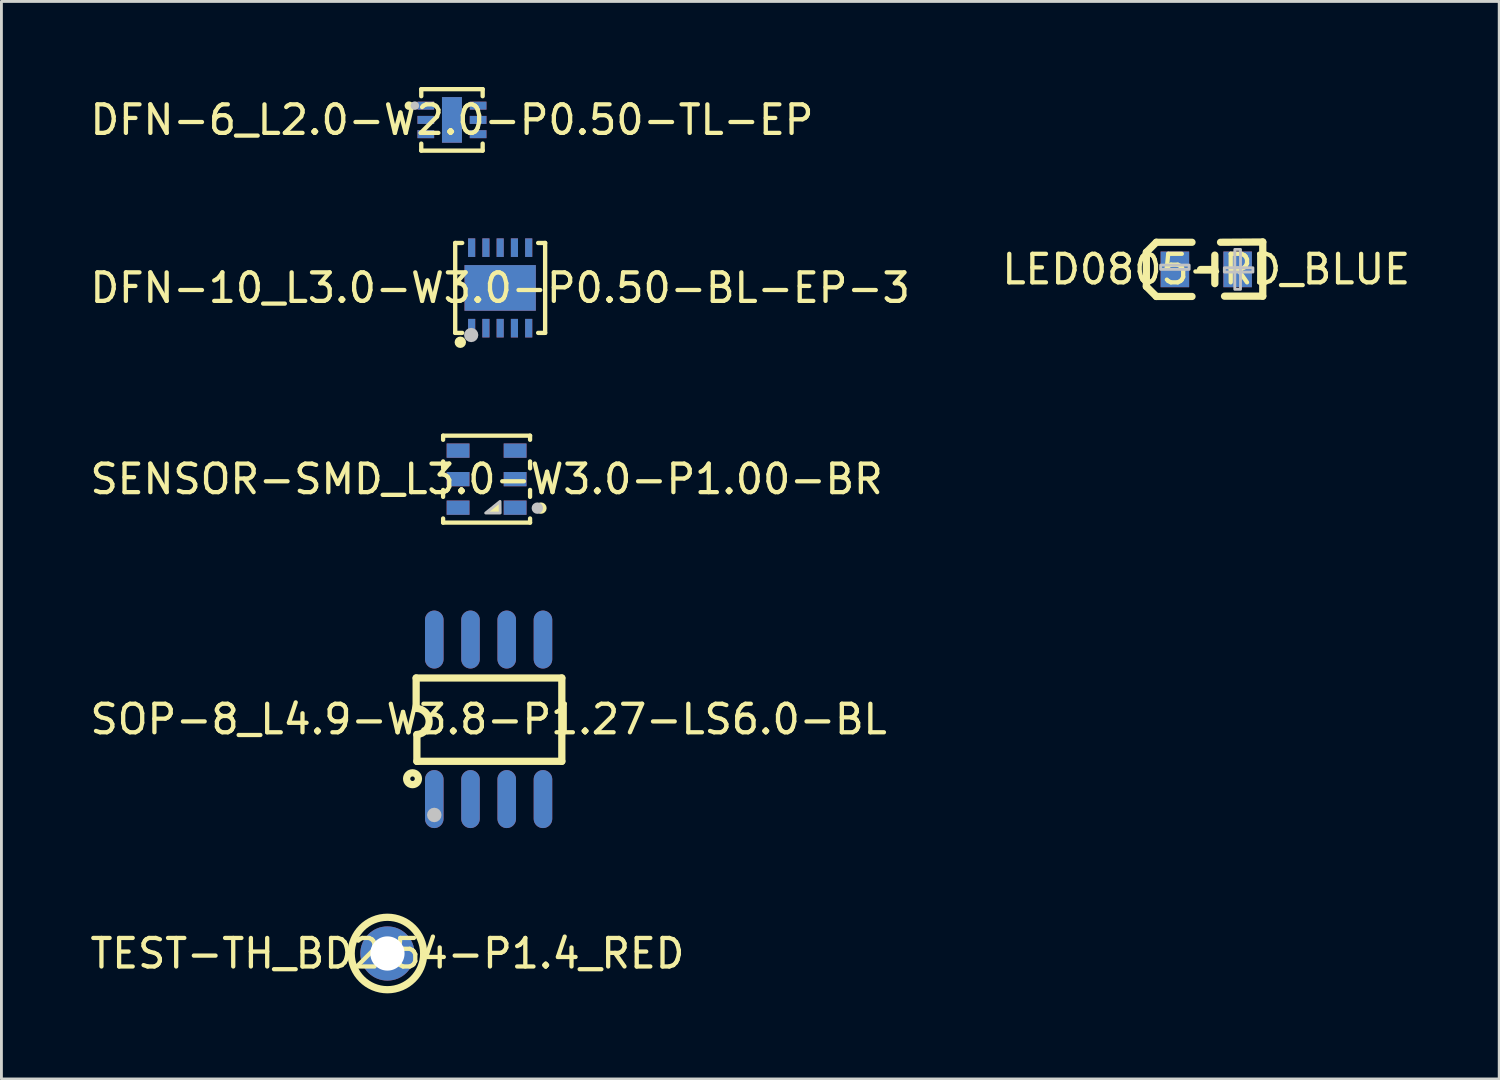
<source format=kicad_pcb>
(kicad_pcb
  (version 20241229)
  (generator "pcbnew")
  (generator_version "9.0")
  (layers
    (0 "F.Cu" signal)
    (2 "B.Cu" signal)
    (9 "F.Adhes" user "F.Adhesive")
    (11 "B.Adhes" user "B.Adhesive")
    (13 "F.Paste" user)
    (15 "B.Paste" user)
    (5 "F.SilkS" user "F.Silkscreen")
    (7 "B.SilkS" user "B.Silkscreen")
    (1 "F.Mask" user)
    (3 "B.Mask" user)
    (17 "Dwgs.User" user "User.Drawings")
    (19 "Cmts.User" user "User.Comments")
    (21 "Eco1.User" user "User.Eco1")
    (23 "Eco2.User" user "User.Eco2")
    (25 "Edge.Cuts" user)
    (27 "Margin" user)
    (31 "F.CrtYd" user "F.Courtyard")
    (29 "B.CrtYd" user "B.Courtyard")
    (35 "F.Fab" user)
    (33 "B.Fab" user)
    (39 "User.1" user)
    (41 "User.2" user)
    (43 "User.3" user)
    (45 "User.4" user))
  (footprint "SENSOR-SMD_L3.0-W3.0-P1.00-BR"
    (layer "F.Cu")
    (at 14.006 13.745)
    (property "Reference" "SENSOR-SMD_L3.0-W3.0-P1.00-BR" (at 0 0 0) (layer "F.SilkS") (effects (font (size 1 1) (thickness 0.15))))
    (fp_line (start -1.524 -1.524) (end -1.524 -1.379) (stroke (width 0.15) (type default)) (layer "F.SilkS"))
    (fp_line (start -1.524 -0.622) (end -1.524 -0.379) (stroke (width 0.15) (type default)) (layer "F.SilkS"))
    (fp_line (start -1.524 0.378) (end -1.524 0.622) (stroke (width 0.15) (type default)) (layer "F.SilkS"))
    (fp_line (start -1.524 1.378) (end -1.524 1.524) (stroke (width 0.15) (type default)) (layer "F.SilkS"))
    (fp_line (start -1.524 1.524) (end 1.524 1.524) (stroke (width 0.15) (type default)) (layer "F.SilkS"))
    (fp_line (start 1.524 -1.524) (end -1.524 -1.524) (stroke (width 0.15) (type default)) (layer "F.SilkS"))
    (fp_line (start 1.524 -1.379) (end 1.524 -1.524) (stroke (width 0.15) (type default)) (layer "F.SilkS"))
    (fp_line (start 1.524 -0.379) (end 1.524 -0.622) (stroke (width 0.15) (type default)) (layer "F.SilkS"))
    (fp_line (start 1.524 0.622) (end 1.524 0.378) (stroke (width 0.15) (type default)) (layer "F.SilkS"))
    (fp_line (start 1.524 1.524) (end 1.524 1.378) (stroke (width 0.15) (type default)) (layer "F.SilkS"))
    (fp_circle (center 1.905 1.016) (end 2.005 1.016) (stroke (width 0.2) (type default)) (fill no) (layer "F.SilkS"))
    (fp_poly (pts (xy -0.028 1.186) (xy 0.48 1.187) (xy 0.475 0.78)) (stroke (width 0) (type default)) (fill yes) (layer "F.SilkS"))
    (fp_circle (center 1.778 1.016) (end 1.878 1.016) (stroke (width 0.2) (type default)) (fill no) (layer "Dwgs.User"))
    (fp_poly (pts (xy -0.032 1.187) (xy 0.477 1.187) (xy 0.472 0.78)) (stroke (width 0.1) (type default)) (fill no) (layer "Dwgs.User"))
    (fp_poly (pts (xy -0.725 -0.8) (xy -1.275 -0.8) (xy -1.275 -1.2) (xy -0.725 -1.2)) (stroke (width 0.1) (type default)) (fill no) (layer "User.1"))
    (fp_poly (pts (xy -0.725 0.2) (xy -1.275 0.2) (xy -1.275 -0.2) (xy -0.725 -0.2)) (stroke (width 0.1) (type default)) (fill no) (layer "User.1"))
    (fp_poly (pts (xy -0.725 1.2) (xy -1.275 1.2) (xy -1.275 0.8) (xy -0.725 0.8)) (stroke (width 0.1) (type default)) (fill no) (layer "User.1"))
    (fp_poly (pts (xy 1.275 -0.8) (xy 0.725 -0.8) (xy 0.725 -1.2) (xy 1.275 -1.2)) (stroke (width 0.1) (type default)) (fill no) (layer "User.1"))
    (fp_poly (pts (xy 1.275 0.2) (xy 0.725 0.2) (xy 0.725 -0.2) (xy 1.275 -0.2)) (stroke (width 0.1) (type default)) (fill no) (layer "User.1"))
    (fp_poly (pts (xy 1.275 1.2) (xy 0.725 1.2) (xy 0.725 0.8) (xy 1.275 0.8)) (stroke (width 0.1) (type default)) (fill no) (layer "User.1"))
    (fp_line (start -1.5 -1.5) (end 1.5 -1.5) (stroke (width 0.051) (type default)) (layer "User.2"))
    (fp_line (start -1.5 1.5) (end -1.5 -1.5) (stroke (width 0.051) (type default)) (layer "User.2"))
    (fp_line (start 1.5 -1.5) (end 1.5 1.5) (stroke (width 0.051) (type default)) (layer "User.2"))
    (fp_line (start 1.5 1.5) (end -1.5 1.5) (stroke (width 0.051) (type default)) (layer "User.2"))
    (fp_poly (pts (xy 1.555 1.477) (xy 1.523 1.445) (xy 1.477 1.445) (xy 1.445 1.477) (xy 1.445 1.523) (xy 1.477 1.555) (xy 1.523 1.555) (xy 1.555 1.523)) (stroke (width 0.1) (type default)) (fill no) (layer "User.3"))
    (pad "1" thru_hole rect (at 1 1 180) (size 0.8 0.5) (drill 0.000001) (layers "*.Cu" "*.Mask"))
    (pad "2" thru_hole rect (at 1 0 180) (size 0.8 0.5) (drill 0.000001) (layers "*.Cu" "*.Mask"))
    (pad "3" thru_hole rect (at 1 -1 180) (size 0.8 0.5) (drill 0.000001) (layers "*.Cu" "*.Mask"))
    (pad "4" thru_hole rect (at -1 -1 180) (size 0.8 0.5) (drill 0.000001) (layers "*.Cu" "*.Mask"))
    (pad "5" thru_hole rect (at -1 0 180) (size 0.8 0.5) (drill 0.000001) (layers "*.Cu" "*.Mask"))
    (pad "6" thru_hole rect (at -1 1 180) (size 0.8 0.5) (drill 0.000001) (layers "*.Cu" "*.Mask")))
  (footprint "DFN-6_L2.0-W2.0-P0.50-TL-EP"
    (layer "F.Cu")
    (at 12.792 1.153)
    (property "Reference" "DFN-6_L2.0-W2.0-P0.50-TL-EP" (at 0 0 0) (layer "F.SilkS") (effects (font (size 1 1) (thickness 0.15))))
    (fp_line (start -1.076 -1.077) (end 1.076 -1.077) (stroke (width 0.152) (type default)) (layer "F.SilkS"))
    (fp_line (start -1.076 -0.831) (end -1.076 -1.077) (stroke (width 0.152) (type default)) (layer "F.SilkS"))
    (fp_line (start -1.076 0.831) (end -1.076 1.076) (stroke (width 0.152) (type default)) (layer "F.SilkS"))
    (fp_line (start -1.076 1.076) (end 1.076 1.076) (stroke (width 0.152) (type default)) (layer "F.SilkS"))
    (fp_line (start 1.076 -1.077) (end 1.076 -0.831) (stroke (width 0.152) (type default)) (layer "F.SilkS"))
    (fp_line (start 1.076 1.076) (end 1.076 0.831) (stroke (width 0.152) (type default)) (layer "F.SilkS"))
    (fp_circle (center -1.51 -0.5) (end -1.435 -0.5) (stroke (width 0.15) (type default)) (fill no) (layer "F.SilkS"))
    (fp_circle (center -1.3 -0.5) (end -1.225 -0.5) (stroke (width 0.15) (type default)) (fill no) (layer "Dwgs.User"))
    (fp_poly (pts (xy -1 -0.375) (xy -1 -0.625) (xy -0.65 -0.625) (xy -0.65 -0.375)) (stroke (width 0.1) (type default)) (fill no) (layer "User.1"))
    (fp_poly (pts (xy -1 0.125) (xy -1 -0.125) (xy -0.65 -0.125) (xy -0.65 0.125)) (stroke (width 0.1) (type default)) (fill no) (layer "User.1"))
    (fp_poly (pts (xy -1 0.625) (xy -1 0.375) (xy -0.65 0.375) (xy -0.65 0.625)) (stroke (width 0.1) (type default)) (fill no) (layer "User.1"))
    (fp_poly (pts (xy 0.35 -0.8) (xy 0.35 0.8) (xy -0.35 0.8) (xy -0.35 -0.8)) (stroke (width 0.1) (type default)) (fill no) (layer "User.1"))
    (fp_poly (pts (xy 0.65 -0.375) (xy 0.65 -0.625) (xy 1 -0.625) (xy 1 -0.375)) (stroke (width 0.1) (type default)) (fill no) (layer "User.1"))
    (fp_poly (pts (xy 0.65 0.125) (xy 0.65 -0.125) (xy 1 -0.125) (xy 1 0.125)) (stroke (width 0.1) (type default)) (fill no) (layer "User.1"))
    (fp_poly (pts (xy 0.65 0.625) (xy 0.65 0.375) (xy 1 0.375) (xy 1 0.625)) (stroke (width 0.1) (type default)) (fill no) (layer "User.1"))
    (fp_line (start -1 -1) (end 1 -1) (stroke (width 0.051) (type default)) (layer "User.2"))
    (fp_line (start -1 1) (end -1 -1) (stroke (width 0.051) (type default)) (layer "User.2"))
    (fp_line (start 1 -1) (end 1 1) (stroke (width 0.051) (type default)) (layer "User.2"))
    (fp_line (start 1 1) (end -1 1) (stroke (width 0.051) (type default)) (layer "User.2"))
    (fp_poly (pts (xy -0.945 -1.023) (xy -0.977 -1.055) (xy -1.023 -1.055) (xy -1.055 -1.023) (xy -1.055 -0.977) (xy -1.023 -0.945) (xy -0.977 -0.945) (xy -0.945 -0.977)) (stroke (width 0.1) (type default)) (fill no) (layer "User.3"))
    (pad "1" thru_hole rect (at -0.917 -0.5 270) (size 0.28 0.585) (drill 0.000001) (layers "*.Cu" "*.Mask"))
    (pad "2" thru_hole rect (at -0.917 0 270) (size 0.28 0.585) (drill 0.000001) (layers "*.Cu" "*.Mask"))
    (pad "3" thru_hole rect (at -0.917 0.5 270) (size 0.28 0.585) (drill 0.000001) (layers "*.Cu" "*.Mask"))
    (pad "4" thru_hole rect (at 0.917 0.5 270) (size 0.28 0.585) (drill 0.000001) (layers "*.Cu" "*.Mask"))
    (pad "5" thru_hole rect (at 0.917 0 270) (size 0.28 0.585) (drill 0.000001) (layers "*.Cu" "*.Mask"))
    (pad "6" thru_hole rect (at 0.917 -0.5 270) (size 0.28 0.585) (drill 0.000001) (layers "*.Cu" "*.Mask"))
    (pad "7" thru_hole rect (at 0 0 270) (size 1.6 0.7) (drill 0.000001) (layers "*.Cu" "*.Mask")))
  (footprint "LED0805-RD_BLUE"
    (layer "F.Cu")
    (at 39.232 6.392)
    (property "Reference" "LED0805-RD_BLUE" (at 0 0 0) (layer "F.SilkS") (effects (font (size 1 1) (thickness 0.15))))
    (fp_line (start -2.1 -0.6) (end -2.1 0.6) (stroke (width 0.254) (type default)) (layer "F.SilkS"))
    (fp_line (start -1.75 -0.95) (end -2.1 -0.6) (stroke (width 0.254) (type default)) (layer "F.SilkS"))
    (fp_line (start -1.75 0.95) (end -2.1 0.6) (stroke (width 0.254) (type default)) (layer "F.SilkS"))
    (fp_line (start -0.5 -0.95) (end -1.75 -0.95) (stroke (width 0.254) (type default)) (layer "F.SilkS"))
    (fp_line (start -0.5 0.95) (end -1.75 0.95) (stroke (width 0.254) (type default)) (layer "F.SilkS"))
    (fp_line (start 0.3 -0.5) (end 0.3 0.5) (stroke (width 0.254) (type default)) (layer "F.SilkS"))
    (fp_line (start 0.3 0.005) (end -0.2 0.005) (stroke (width 0.254) (type default)) (layer "F.SilkS"))
    (fp_line (start 0.5 -0.95) (end 1.98 -0.96) (stroke (width 0.254) (type default)) (layer "F.SilkS"))
    (fp_line (start 0.64 0.94) (end 1.98 0.94) (stroke (width 0.254) (type default)) (layer "F.SilkS"))
    (fp_line (start 1.98 -0.96) (end 1.98 0.94) (stroke (width 0.254) (type default)) (layer "F.SilkS"))
    (fp_poly (pts (xy -1.6 0) (xy -0.6 0) (xy -0.6 -0.15) (xy -1.6 -0.15)) (stroke (width 0.1) (type default)) (fill no) (layer "Dwgs.User"))
    (fp_poly (pts (xy 0.634 0.094) (xy 1.635 0.094) (xy 1.635 -0.056) (xy 0.634 -0.056)) (stroke (width 0.1) (type default)) (fill no) (layer "Dwgs.User"))
    (fp_poly (pts (xy 1 -0.7) (xy 1.2 -0.7) (xy 1.2 0.7) (xy 1 0.7)) (stroke (width 0.1) (type default)) (fill no) (layer "Dwgs.User"))
    (fp_poly (pts (xy -0.65 0.625) (xy -1 0.625) (xy -1 -0.625) (xy -0.65 -0.625)) (stroke (width 0.1) (type default)) (fill no) (layer "User.1"))
    (fp_poly (pts (xy 1 0.625) (xy 0.65 0.625) (xy 0.65 -0.625) (xy 1 -0.625)) (stroke (width 0.1) (type default)) (fill no) (layer "User.1"))
    (fp_line (start -1 -0.625) (end 1 -0.625) (stroke (width 0.051) (type default)) (layer "User.2"))
    (fp_line (start -1 0.625) (end -1 -0.625) (stroke (width 0.051) (type default)) (layer "User.2"))
    (fp_line (start 1 -0.625) (end 1 0.625) (stroke (width 0.051) (type default)) (layer "User.2"))
    (fp_line (start 1 0.625) (end -1 0.625) (stroke (width 0.051) (type default)) (layer "User.2"))
    (fp_poly (pts (xy -0.945 0.602) (xy -0.977 0.57) (xy -1.023 0.57) (xy -1.055 0.602) (xy -1.055 0.648) (xy -1.023 0.68) (xy -0.977 0.68) (xy -0.945 0.648)) (stroke (width 0.1) (type default)) (fill no) (layer "User.3"))
    (pad "1" thru_hole rect (at -1.1 0 180) (size 1 1.25) (drill 0.000001) (layers "*.Cu" "*.Mask"))
    (pad "2" thru_hole rect (at 1.1 0 180) (size 1 1.25) (drill 0.000001) (layers "*.Cu" "*.Mask")))
  (footprint "SOP-8_L4.9-W3.8-P1.27-LS6.0-BL"
    (layer "F.Cu")
    (at 14.077 22.163)
    (property "Reference" "SOP-8_L4.9-W3.8-P1.27-LS6.0-BL" (at 0 0 0) (layer "F.SilkS") (effects (font (size 1 1) (thickness 0.15))))
    (fp_line (start -2.54 -1.448) (end 2.566 -1.448) (stroke (width 0.254) (type default)) (layer "F.SilkS"))
    (fp_line (start -2.54 -0.382) (end -2.54 -1.448) (stroke (width 0.254) (type default)) (layer "F.SilkS"))
    (fp_line (start -2.514 1.473) (end -2.514 0.533) (stroke (width 0.254) (type default)) (layer "F.SilkS"))
    (fp_line (start -2.489 1.473) (end -2.514 1.473) (stroke (width 0.254) (type default)) (layer "F.SilkS"))
    (fp_line (start 2.566 -1.448) (end 2.566 1.473) (stroke (width 0.254) (type default)) (layer "F.SilkS"))
    (fp_line (start 2.566 1.473) (end -2.489 1.473) (stroke (width 0.254) (type default)) (layer "F.SilkS"))
    (fp_arc (start -2.54 -0.382) (mid -2.082178 0.063237) (end -2.5145 0.533) (stroke (width 0.254) (type default)) (layer "F.SilkS"))
    (fp_circle (center -2.667 2.083) (end -2.587 2.083) (stroke (width 0.254) (type default)) (fill no) (layer "F.SilkS"))
    (fp_circle (center -1.905 3.353) (end -1.778 3.353) (stroke (width 0.254) (type default)) (fill no) (layer "Dwgs.User"))
    (fp_poly (pts (xy -2.095 -2.365) (xy -2.095 -3) (xy -1.715 -3) (xy -1.715 -2.365)) (stroke (width 0.1) (type default)) (fill no) (layer "User.1"))
    (fp_poly (pts (xy -2.095 -1.89) (xy -2.095 -2.375) (xy -1.715 -2.375) (xy -1.715 -1.89)) (stroke (width 0.1) (type default)) (fill no) (layer "User.1"))
    (fp_poly (pts (xy -2.095 2.375) (xy -2.095 1.89) (xy -1.715 1.89) (xy -1.715 2.375)) (stroke (width 0.1) (type default)) (fill no) (layer "User.1"))
    (fp_poly (pts (xy -2.095 3) (xy -2.095 2.365) (xy -1.715 2.365) (xy -1.715 3)) (stroke (width 0.1) (type default)) (fill no) (layer "User.1"))
    (fp_poly (pts (xy -0.825 -2.365) (xy -0.825 -3) (xy -0.445 -3) (xy -0.445 -2.365)) (stroke (width 0.1) (type default)) (fill no) (layer "User.1"))
    (fp_poly (pts (xy -0.825 -1.89) (xy -0.825 -2.375) (xy -0.445 -2.375) (xy -0.445 -1.89)) (stroke (width 0.1) (type default)) (fill no) (layer "User.1"))
    (fp_poly (pts (xy -0.825 2.375) (xy -0.825 1.89) (xy -0.445 1.89) (xy -0.445 2.375)) (stroke (width 0.1) (type default)) (fill no) (layer "User.1"))
    (fp_poly (pts (xy -0.825 3) (xy -0.825 2.365) (xy -0.445 2.365) (xy -0.445 3)) (stroke (width 0.1) (type default)) (fill no) (layer "User.1"))
    (fp_poly (pts (xy 0.445 -2.365) (xy 0.445 -3) (xy 0.825 -3) (xy 0.825 -2.365)) (stroke (width 0.1) (type default)) (fill no) (layer "User.1"))
    (fp_poly (pts (xy 0.445 -1.89) (xy 0.445 -2.375) (xy 0.825 -2.375) (xy 0.825 -1.89)) (stroke (width 0.1) (type default)) (fill no) (layer "User.1"))
    (fp_poly (pts (xy 0.445 2.375) (xy 0.445 1.89) (xy 0.825 1.89) (xy 0.825 2.375)) (stroke (width 0.1) (type default)) (fill no) (layer "User.1"))
    (fp_poly (pts (xy 0.445 3) (xy 0.445 2.365) (xy 0.825 2.365) (xy 0.825 3)) (stroke (width 0.1) (type default)) (fill no) (layer "User.1"))
    (fp_poly (pts (xy 1.715 -2.365) (xy 1.715 -3) (xy 2.095 -3) (xy 2.095 -2.365)) (stroke (width 0.1) (type default)) (fill no) (layer "User.1"))
    (fp_poly (pts (xy 1.715 -1.89) (xy 1.715 -2.375) (xy 2.095 -2.375) (xy 2.095 -1.89)) (stroke (width 0.1) (type default)) (fill no) (layer "User.1"))
    (fp_poly (pts (xy 1.715 2.375) (xy 1.715 1.89) (xy 2.095 1.89) (xy 2.095 2.375)) (stroke (width 0.1) (type default)) (fill no) (layer "User.1"))
    (fp_poly (pts (xy 1.715 3) (xy 1.715 2.365) (xy 2.095 2.365) (xy 2.095 3)) (stroke (width 0.1) (type default)) (fill no) (layer "User.1"))
    (fp_line (start -2.45 -1.9) (end 2.45 -1.9) (stroke (width 0.051) (type default)) (layer "User.2"))
    (fp_line (start -2.45 1.9) (end -2.45 -1.9) (stroke (width 0.051) (type default)) (layer "User.2"))
    (fp_line (start 2.45 -1.9) (end 2.45 1.9) (stroke (width 0.051) (type default)) (layer "User.2"))
    (fp_line (start 2.45 1.9) (end -2.45 1.9) (stroke (width 0.051) (type default)) (layer "User.2"))
    (fp_poly (pts (xy -2.352 3.056) (xy -2.367 3.02) (xy -2.394 2.993) (xy -2.43 2.978) (xy -2.47 2.978) (xy -2.506 2.993) (xy -2.533 3.02) (xy -2.548 3.056) (xy -2.548 3.096) (xy -2.533 3.132) (xy -2.506 3.159) (xy -2.47 3.174) (xy -2.43 3.174) (xy -2.394 3.159) (xy -2.367 3.132) (xy -2.352 3.096)) (stroke (width 0.1) (type default)) (fill no) (layer "User.3"))
    (pad "1" thru_hole oval (at -1.905 2.796) (size 0.65 2.032) (drill 0.000001) (layers "*.Cu" "*.Mask"))
    (pad "2" thru_hole oval (at -0.635 2.796) (size 0.65 2.032) (drill 0.000001) (layers "*.Cu" "*.Mask"))
    (pad "3" thru_hole oval (at 0.635 2.796) (size 0.65 2.032) (drill 0.000001) (layers "*.Cu" "*.Mask"))
    (pad "4" thru_hole oval (at 1.905 2.796) (size 0.65 2.032) (drill 0.000001) (layers "*.Cu" "*.Mask"))
    (pad "5" thru_hole oval (at 1.905 -2.796) (size 0.65 2.032) (drill 0.000001) (layers "*.Cu" "*.Mask"))
    (pad "6" thru_hole oval (at 0.635 -2.796) (size 0.65 2.032) (drill 0.000001) (layers "*.Cu" "*.Mask"))
    (pad "7" thru_hole oval (at -0.635 -2.796) (size 0.65 2.032) (drill 0.000001) (layers "*.Cu" "*.Mask"))
    (pad "8" thru_hole oval (at -1.905 -2.796) (size 0.65 2.032) (drill 0.000001) (layers "*.Cu" "*.Mask")))
  (footprint "DFN-10_L3.0-W3.0-P0.50-BL-EP-3"
    (layer "F.Cu")
    (at 14.482 7.042)
    (property "Reference" "DFN-10_L3.0-W3.0-P0.50-BL-EP-3" (at 0 0 0) (layer "F.SilkS") (effects (font (size 1 1) (thickness 0.15))))
    (fp_line (start -1.576 -1.576) (end -1.331 -1.576) (stroke (width 0.152) (type default)) (layer "F.SilkS"))
    (fp_line (start -1.576 1.576) (end -1.576 -1.576) (stroke (width 0.152) (type default)) (layer "F.SilkS"))
    (fp_line (start -1.331 1.576) (end -1.576 1.576) (stroke (width 0.152) (type default)) (layer "F.SilkS"))
    (fp_line (start 1.331 1.576) (end 1.576 1.576) (stroke (width 0.152) (type default)) (layer "F.SilkS"))
    (fp_line (start 1.576 -1.576) (end 1.331 -1.576) (stroke (width 0.152) (type default)) (layer "F.SilkS"))
    (fp_line (start 1.576 1.576) (end 1.576 -1.576) (stroke (width 0.152) (type default)) (layer "F.SilkS"))
    (fp_circle (center -1.397 1.905) (end -1.297 1.905) (stroke (width 0.2) (type default)) (fill no) (layer "F.SilkS"))
    (fp_circle (center -1.016 1.651) (end -0.891 1.651) (stroke (width 0.25) (type default)) (fill no) (layer "Dwgs.User"))
    (fp_poly (pts (xy -1.175 -0.79) (xy 1.175 -0.79) (xy 1.175 0.79) (xy -1.175 0.79)) (stroke (width 0.1) (type default)) (fill no) (layer "User.1"))
    (fp_poly (pts (xy -1.125 -1.5) (xy -0.875 -1.5) (xy -0.875 -1.1) (xy -1.125 -1.1)) (stroke (width 0.1) (type default)) (fill no) (layer "User.1"))
    (fp_poly (pts (xy -1.125 1.1) (xy -0.875 1.1) (xy -0.875 1.5) (xy -1.125 1.5)) (stroke (width 0.1) (type default)) (fill no) (layer "User.1"))
    (fp_poly (pts (xy -0.625 -1.5) (xy -0.375 -1.5) (xy -0.375 -1.1) (xy -0.625 -1.1)) (stroke (width 0.1) (type default)) (fill no) (layer "User.1"))
    (fp_poly (pts (xy -0.625 1.1) (xy -0.375 1.1) (xy -0.375 1.5) (xy -0.625 1.5)) (stroke (width 0.1) (type default)) (fill no) (layer "User.1"))
    (fp_poly (pts (xy -0.125 -1.5) (xy 0.125 -1.5) (xy 0.125 -1.1) (xy -0.125 -1.1)) (stroke (width 0.1) (type default)) (fill no) (layer "User.1"))
    (fp_poly (pts (xy -0.125 1.1) (xy 0.125 1.1) (xy 0.125 1.5) (xy -0.125 1.5)) (stroke (width 0.1) (type default)) (fill no) (layer "User.1"))
    (fp_poly (pts (xy 0.375 -1.5) (xy 0.625 -1.5) (xy 0.625 -1.1) (xy 0.375 -1.1)) (stroke (width 0.1) (type default)) (fill no) (layer "User.1"))
    (fp_poly (pts (xy 0.375 1.1) (xy 0.625 1.1) (xy 0.625 1.5) (xy 0.375 1.5)) (stroke (width 0.1) (type default)) (fill no) (layer "User.1"))
    (fp_poly (pts (xy 0.875 -1.5) (xy 1.125 -1.5) (xy 1.125 -1.1) (xy 0.875 -1.1)) (stroke (width 0.1) (type default)) (fill no) (layer "User.1"))
    (fp_poly (pts (xy 0.875 1.1) (xy 1.125 1.1) (xy 1.125 1.5) (xy 0.875 1.5)) (stroke (width 0.1) (type default)) (fill no) (layer "User.1"))
    (fp_line (start -1.5 -1.5) (end 1.5 -1.5) (stroke (width 0.051) (type default)) (layer "User.2"))
    (fp_line (start -1.5 1.5) (end -1.5 -1.5) (stroke (width 0.051) (type default)) (layer "User.2"))
    (fp_line (start 1.5 -1.5) (end 1.5 1.5) (stroke (width 0.051) (type default)) (layer "User.2"))
    (fp_line (start 1.5 1.5) (end -1.5 1.5) (stroke (width 0.051) (type default)) (layer "User.2"))
    (fp_poly (pts (xy -1.445 1.477) (xy -1.477 1.445) (xy -1.523 1.445) (xy -1.555 1.477) (xy -1.555 1.523) (xy -1.523 1.555) (xy -1.477 1.555) (xy -1.445 1.523)) (stroke (width 0.1) (type default)) (fill no) (layer "User.3"))
    (pad "1" thru_hole rect (at -1 1.411) (size 0.25 0.65) (drill 0.000001) (layers "*.Cu" "*.Mask"))
    (pad "2" thru_hole rect (at -0.5 1.411) (size 0.25 0.65) (drill 0.000001) (layers "*.Cu" "*.Mask"))
    (pad "3" thru_hole rect (at 0 1.411) (size 0.25 0.65) (drill 0.000001) (layers "*.Cu" "*.Mask"))
    (pad "4" thru_hole rect (at 0.5 1.411) (size 0.25 0.65) (drill 0.000001) (layers "*.Cu" "*.Mask"))
    (pad "5" thru_hole rect (at 1 1.411) (size 0.25 0.65) (drill 0.000001) (layers "*.Cu" "*.Mask"))
    (pad "6" thru_hole rect (at 1 -1.411) (size 0.25 0.65) (drill 0.000001) (layers "*.Cu" "*.Mask"))
    (pad "7" thru_hole rect (at 0.5 -1.411) (size 0.25 0.65) (drill 0.000001) (layers "*.Cu" "*.Mask"))
    (pad "8" thru_hole rect (at 0 -1.411) (size 0.25 0.65) (drill 0.000001) (layers "*.Cu" "*.Mask"))
    (pad "9" thru_hole rect (at -0.5 -1.411) (size 0.25 0.65) (drill 0.000001) (layers "*.Cu" "*.Mask"))
    (pad "10" thru_hole rect (at -1 -1.411) (size 0.25 0.65) (drill 0.000001) (layers "*.Cu" "*.Mask"))
    (pad "11" thru_hole rect (at 0 0) (size 2.5 1.6) (drill 0.000001) (layers "*.Cu" "*.Mask")))
  (footprint "TEST-TH_BD2.54-P1.4_RED"
    (layer "F.Cu")
    (at 10.53 30.372)
    (property "Reference" "TEST-TH_BD2.54-P1.4_RED" (at 0 0 0) (layer "F.SilkS") (effects (font (size 1 1) (thickness 0.15))))
    (fp_circle (center 0 0) (end 1.27 0) (stroke (width 0.254) (type default)) (fill no) (layer "F.SilkS"))
    (fp_poly (pts (xy -0.695 -0.25) (xy 0.695 -0.25) (xy 0.695 0.25) (xy -0.695 0.25)) (stroke (width 0.1) (type default)) (fill no) (layer "User.1"))
    (fp_arc (start -1.27 0) (mid 0 -1.27) (end 1.27 0) (stroke (width 0.051) (type default)) (layer "User.2"))
    (fp_arc (start 1.27 0) (mid 0 1.27) (end -1.27 0) (stroke (width 0.051) (type default)) (layer "User.2"))
    (fp_poly (pts (xy 1.325 -1.293) (xy 1.293 -1.325) (xy 1.247 -1.325) (xy 1.215 -1.293) (xy 1.215 -1.247) (xy 1.247 -1.215) (xy 1.293 -1.215) (xy 1.325 -1.247)) (stroke (width 0.1) (type default)) (fill no) (layer "User.3"))
    (pad "1" thru_hole circle (at 0 0) (size 1.9 1.9) (drill 1.2) (layers "*.Cu" "*.Mask")))
  (gr_rect
    (start -3 -3)
    (end 49.5 34.769)
    (stroke (width 0.1) (type default))
    (fill no)
    (layer "Edge.Cuts")))
</source>
